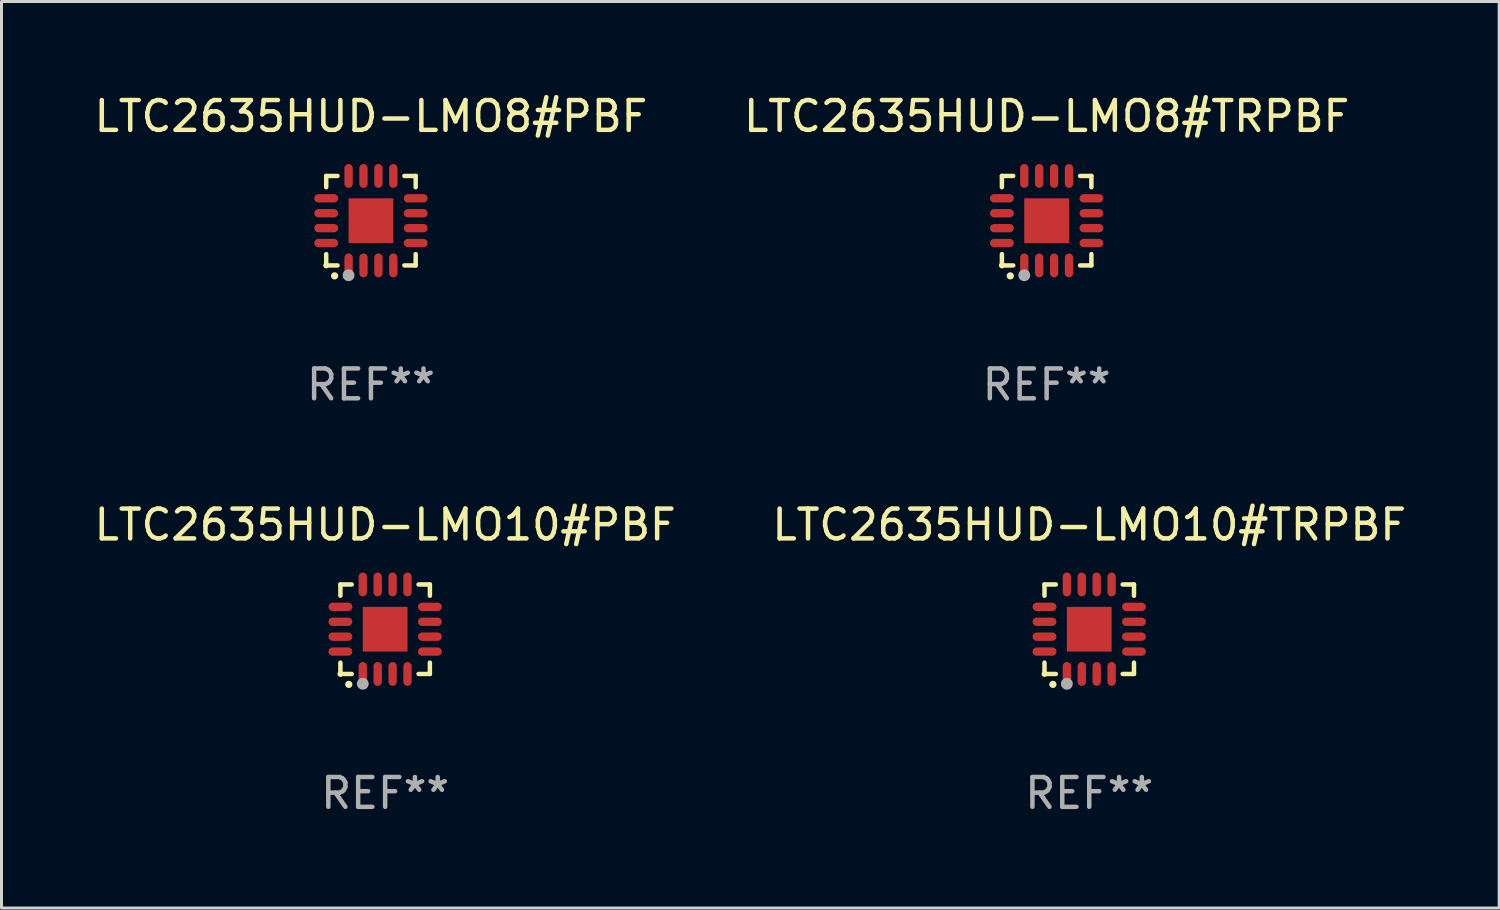
<source format=kicad_pcb>
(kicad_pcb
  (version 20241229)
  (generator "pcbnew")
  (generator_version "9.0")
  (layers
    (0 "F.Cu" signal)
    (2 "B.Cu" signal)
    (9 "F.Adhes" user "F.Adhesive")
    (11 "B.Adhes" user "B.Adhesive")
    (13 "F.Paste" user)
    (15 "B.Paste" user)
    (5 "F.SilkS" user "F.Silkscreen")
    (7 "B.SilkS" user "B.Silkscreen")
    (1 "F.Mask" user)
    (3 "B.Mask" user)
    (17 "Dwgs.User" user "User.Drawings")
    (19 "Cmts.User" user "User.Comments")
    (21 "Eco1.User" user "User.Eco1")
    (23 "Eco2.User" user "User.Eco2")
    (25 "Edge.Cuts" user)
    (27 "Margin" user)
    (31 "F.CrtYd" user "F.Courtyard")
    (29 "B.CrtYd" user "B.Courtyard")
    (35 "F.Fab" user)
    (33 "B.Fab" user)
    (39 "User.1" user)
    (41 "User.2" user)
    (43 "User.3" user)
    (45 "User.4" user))
  (footprint "LTC2635HUD-LMO10#PBF"
    (layer "F.Cu")
    (at 9.863 18.046)
    (property "Reference" "LTC2635HUD-LMO10#PBF" (at 0 -3.5 0) (layer "F.SilkS") (effects (font (size 1 1) (thickness 0.15))))
    (attr through_hole)
    (fp_line (start -1.5 -1.5) (end -1.121 -1.5) (stroke (width 0.15) (type solid)) (layer "F.SilkS"))
    (fp_line (start -1.5 -1.122) (end -1.5 -1.5) (stroke (width 0.15) (type solid)) (layer "F.SilkS"))
    (fp_line (start -1.5 1.5) (end -1.5 1.121) (stroke (width 0.15) (type solid)) (layer "F.SilkS"))
    (fp_line (start -1.121 1.5) (end -1.5 1.5) (stroke (width 0.15) (type solid)) (layer "F.SilkS"))
    (fp_line (start 1.121 -1.5) (end 1.5 -1.5) (stroke (width 0.15) (type solid)) (layer "F.SilkS"))
    (fp_line (start 1.5 -1.5) (end 1.5 -1.122) (stroke (width 0.15) (type solid)) (layer "F.SilkS"))
    (fp_line (start 1.5 1.121) (end 1.5 1.5) (stroke (width 0.15) (type solid)) (layer "F.SilkS"))
    (fp_line (start 1.5 1.5) (end 1.121 1.5) (stroke (width 0.15) (type solid)) (layer "F.SilkS"))
    (fp_arc (start -1.219926 1.850254) (mid -1.21891 1.85025) (end -1.217894 1.850254) (stroke (width 0.240005) (type solid)) (layer "F.SilkS"))
    (fp_circle (center -1.5 1.5) (end -1.45 1.5) (stroke (width 0.1) (type solid)) (fill no) (layer "F.SilkS"))
    (fp_circle (center -0.75 1.83) (end -0.65 1.83) (stroke (width 0.2) (type solid)) (fill no) (layer "F.Fab"))
    (fp_text user "REF**" (at 0 5.5 0) (layer "F.Fab") (effects (font (size 1 1) (thickness 0.15))))
    (pad "1" smd oval (at -0.75 1.5) (size 0.28 0.8) (layers "F.Cu" "F.Mask" "F.Paste"))
    (pad "2" smd oval (at -0.25 1.5) (size 0.28 0.8) (layers "F.Cu" "F.Mask" "F.Paste"))
    (pad "3" smd oval (at 0.25 1.5) (size 0.28 0.8) (layers "F.Cu" "F.Mask" "F.Paste"))
    (pad "4" smd oval (at 0.75 1.5) (size 0.28 0.8) (layers "F.Cu" "F.Mask" "F.Paste"))
    (pad "5" smd oval (at 1.5 0.75) (size 0.8 0.28) (layers "F.Cu" "F.Mask" "F.Paste"))
    (pad "6" smd oval (at 1.5 0.25) (size 0.8 0.28) (layers "F.Cu" "F.Mask" "F.Paste"))
    (pad "7" smd oval (at 1.5 -0.25) (size 0.8 0.28) (layers "F.Cu" "F.Mask" "F.Paste"))
    (pad "8" smd oval (at 1.5 -0.75) (size 0.8 0.28) (layers "F.Cu" "F.Mask" "F.Paste"))
    (pad "9" smd oval (at 0.75 -1.5) (size 0.28 0.8) (layers "F.Cu" "F.Mask" "F.Paste"))
    (pad "10" smd oval (at 0.25 -1.5) (size 0.28 0.8) (layers "F.Cu" "F.Mask" "F.Paste"))
    (pad "11" smd oval (at -0.25 -1.5) (size 0.28 0.8) (layers "F.Cu" "F.Mask" "F.Paste"))
    (pad "12" smd oval (at -0.75 -1.5) (size 0.28 0.8) (layers "F.Cu" "F.Mask" "F.Paste"))
    (pad "13" smd oval (at -1.5 -0.75) (size 0.8 0.28) (layers "F.Cu" "F.Mask" "F.Paste"))
    (pad "14" smd oval (at -1.5 -0.25) (size 0.8 0.28) (layers "F.Cu" "F.Mask" "F.Paste"))
    (pad "15" smd oval (at -1.5 0.25) (size 0.8 0.28) (layers "F.Cu" "F.Mask" "F.Paste"))
    (pad "16" smd oval (at -1.5 0.75) (size 0.8 0.28) (layers "F.Cu" "F.Mask" "F.Paste"))
    (pad "17" smd rect (at -0.000064 0.000165) (size 1.5 1.5) (layers "F.Cu" "F.Mask" "F.Paste")))
  (footprint "LTC2635HUD-LMO8#TRPBF"
    (layer "F.Cu")
    (at 32.042 4.349)
    (property "Reference" "LTC2635HUD-LMO8#TRPBF" (at 0 -3.5 0) (layer "F.SilkS") (effects (font (size 1 1) (thickness 0.15))))
    (attr through_hole)
    (fp_line (start -1.5 -1.5) (end -1.121 -1.5) (stroke (width 0.15) (type solid)) (layer "F.SilkS"))
    (fp_line (start -1.5 -1.122) (end -1.5 -1.5) (stroke (width 0.15) (type solid)) (layer "F.SilkS"))
    (fp_line (start -1.5 1.5) (end -1.5 1.121) (stroke (width 0.15) (type solid)) (layer "F.SilkS"))
    (fp_line (start -1.121 1.5) (end -1.5 1.5) (stroke (width 0.15) (type solid)) (layer "F.SilkS"))
    (fp_line (start 1.121 -1.5) (end 1.5 -1.5) (stroke (width 0.15) (type solid)) (layer "F.SilkS"))
    (fp_line (start 1.5 -1.5) (end 1.5 -1.122) (stroke (width 0.15) (type solid)) (layer "F.SilkS"))
    (fp_line (start 1.5 1.121) (end 1.5 1.5) (stroke (width 0.15) (type solid)) (layer "F.SilkS"))
    (fp_line (start 1.5 1.5) (end 1.121 1.5) (stroke (width 0.15) (type solid)) (layer "F.SilkS"))
    (fp_arc (start -1.219926 1.850254) (mid -1.21891 1.85025) (end -1.217894 1.850254) (stroke (width 0.240005) (type solid)) (layer "F.SilkS"))
    (fp_circle (center -1.5 1.5) (end -1.45 1.5) (stroke (width 0.1) (type solid)) (fill no) (layer "F.SilkS"))
    (fp_circle (center -0.75 1.83) (end -0.65 1.83) (stroke (width 0.2) (type solid)) (fill no) (layer "F.Fab"))
    (fp_text user "REF**" (at 0 5.5 0) (layer "F.Fab") (effects (font (size 1 1) (thickness 0.15))))
    (pad "1" smd oval (at -0.75 1.5) (size 0.28 0.8) (layers "F.Cu" "F.Mask" "F.Paste"))
    (pad "2" smd oval (at -0.25 1.5) (size 0.28 0.8) (layers "F.Cu" "F.Mask" "F.Paste"))
    (pad "3" smd oval (at 0.25 1.5) (size 0.28 0.8) (layers "F.Cu" "F.Mask" "F.Paste"))
    (pad "4" smd oval (at 0.75 1.5) (size 0.28 0.8) (layers "F.Cu" "F.Mask" "F.Paste"))
    (pad "5" smd oval (at 1.5 0.75) (size 0.8 0.28) (layers "F.Cu" "F.Mask" "F.Paste"))
    (pad "6" smd oval (at 1.5 0.25) (size 0.8 0.28) (layers "F.Cu" "F.Mask" "F.Paste"))
    (pad "7" smd oval (at 1.5 -0.25) (size 0.8 0.28) (layers "F.Cu" "F.Mask" "F.Paste"))
    (pad "8" smd oval (at 1.5 -0.75) (size 0.8 0.28) (layers "F.Cu" "F.Mask" "F.Paste"))
    (pad "9" smd oval (at 0.75 -1.5) (size 0.28 0.8) (layers "F.Cu" "F.Mask" "F.Paste"))
    (pad "10" smd oval (at 0.25 -1.5) (size 0.28 0.8) (layers "F.Cu" "F.Mask" "F.Paste"))
    (pad "11" smd oval (at -0.25 -1.5) (size 0.28 0.8) (layers "F.Cu" "F.Mask" "F.Paste"))
    (pad "12" smd oval (at -0.75 -1.5) (size 0.28 0.8) (layers "F.Cu" "F.Mask" "F.Paste"))
    (pad "13" smd oval (at -1.5 -0.75) (size 0.8 0.28) (layers "F.Cu" "F.Mask" "F.Paste"))
    (pad "14" smd oval (at -1.5 -0.25) (size 0.8 0.28) (layers "F.Cu" "F.Mask" "F.Paste"))
    (pad "15" smd oval (at -1.5 0.25) (size 0.8 0.28) (layers "F.Cu" "F.Mask" "F.Paste"))
    (pad "16" smd oval (at -1.5 0.75) (size 0.8 0.28) (layers "F.Cu" "F.Mask" "F.Paste"))
    (pad "17" smd rect (at -0.000064 0.000165) (size 1.5 1.5) (layers "F.Cu" "F.Mask" "F.Paste")))
  (footprint "LTC2635HUD-LMO10#TRPBF"
    (layer "F.Cu")
    (at 33.47 18.046)
    (property "Reference" "LTC2635HUD-LMO10#TRPBF" (at 0 -3.5 0) (layer "F.SilkS") (effects (font (size 1 1) (thickness 0.15))))
    (attr through_hole)
    (fp_line (start -1.5 -1.5) (end -1.121 -1.5) (stroke (width 0.15) (type solid)) (layer "F.SilkS"))
    (fp_line (start -1.5 -1.122) (end -1.5 -1.5) (stroke (width 0.15) (type solid)) (layer "F.SilkS"))
    (fp_line (start -1.5 1.5) (end -1.5 1.121) (stroke (width 0.15) (type solid)) (layer "F.SilkS"))
    (fp_line (start -1.121 1.5) (end -1.5 1.5) (stroke (width 0.15) (type solid)) (layer "F.SilkS"))
    (fp_line (start 1.121 -1.5) (end 1.5 -1.5) (stroke (width 0.15) (type solid)) (layer "F.SilkS"))
    (fp_line (start 1.5 -1.5) (end 1.5 -1.122) (stroke (width 0.15) (type solid)) (layer "F.SilkS"))
    (fp_line (start 1.5 1.121) (end 1.5 1.5) (stroke (width 0.15) (type solid)) (layer "F.SilkS"))
    (fp_line (start 1.5 1.5) (end 1.121 1.5) (stroke (width 0.15) (type solid)) (layer "F.SilkS"))
    (fp_arc (start -1.219926 1.850254) (mid -1.21891 1.85025) (end -1.217894 1.850254) (stroke (width 0.240005) (type solid)) (layer "F.SilkS"))
    (fp_circle (center -1.5 1.5) (end -1.45 1.5) (stroke (width 0.1) (type solid)) (fill no) (layer "F.SilkS"))
    (fp_circle (center -0.75 1.83) (end -0.65 1.83) (stroke (width 0.2) (type solid)) (fill no) (layer "F.Fab"))
    (fp_text user "REF**" (at 0 5.5 0) (layer "F.Fab") (effects (font (size 1 1) (thickness 0.15))))
    (pad "1" smd oval (at -0.75 1.5) (size 0.28 0.8) (layers "F.Cu" "F.Mask" "F.Paste"))
    (pad "2" smd oval (at -0.25 1.5) (size 0.28 0.8) (layers "F.Cu" "F.Mask" "F.Paste"))
    (pad "3" smd oval (at 0.25 1.5) (size 0.28 0.8) (layers "F.Cu" "F.Mask" "F.Paste"))
    (pad "4" smd oval (at 0.75 1.5) (size 0.28 0.8) (layers "F.Cu" "F.Mask" "F.Paste"))
    (pad "5" smd oval (at 1.5 0.75) (size 0.8 0.28) (layers "F.Cu" "F.Mask" "F.Paste"))
    (pad "6" smd oval (at 1.5 0.25) (size 0.8 0.28) (layers "F.Cu" "F.Mask" "F.Paste"))
    (pad "7" smd oval (at 1.5 -0.25) (size 0.8 0.28) (layers "F.Cu" "F.Mask" "F.Paste"))
    (pad "8" smd oval (at 1.5 -0.75) (size 0.8 0.28) (layers "F.Cu" "F.Mask" "F.Paste"))
    (pad "9" smd oval (at 0.75 -1.5) (size 0.28 0.8) (layers "F.Cu" "F.Mask" "F.Paste"))
    (pad "10" smd oval (at 0.25 -1.5) (size 0.28 0.8) (layers "F.Cu" "F.Mask" "F.Paste"))
    (pad "11" smd oval (at -0.25 -1.5) (size 0.28 0.8) (layers "F.Cu" "F.Mask" "F.Paste"))
    (pad "12" smd oval (at -0.75 -1.5) (size 0.28 0.8) (layers "F.Cu" "F.Mask" "F.Paste"))
    (pad "13" smd oval (at -1.5 -0.75) (size 0.8 0.28) (layers "F.Cu" "F.Mask" "F.Paste"))
    (pad "14" smd oval (at -1.5 -0.25) (size 0.8 0.28) (layers "F.Cu" "F.Mask" "F.Paste"))
    (pad "15" smd oval (at -1.5 0.25) (size 0.8 0.28) (layers "F.Cu" "F.Mask" "F.Paste"))
    (pad "16" smd oval (at -1.5 0.75) (size 0.8 0.28) (layers "F.Cu" "F.Mask" "F.Paste"))
    (pad "17" smd rect (at -0.000064 0.000165) (size 1.5 1.5) (layers "F.Cu" "F.Mask" "F.Paste")))
  (footprint "LTC2635HUD-LMO8#PBF"
    (layer "F.Cu")
    (at 9.387 4.349)
    (property "Reference" "LTC2635HUD-LMO8#PBF" (at 0 -3.5 0) (layer "F.SilkS") (effects (font (size 1 1) (thickness 0.15))))
    (attr through_hole)
    (fp_line (start -1.5 -1.5) (end -1.121 -1.5) (stroke (width 0.15) (type solid)) (layer "F.SilkS"))
    (fp_line (start -1.5 -1.122) (end -1.5 -1.5) (stroke (width 0.15) (type solid)) (layer "F.SilkS"))
    (fp_line (start -1.5 1.5) (end -1.5 1.121) (stroke (width 0.15) (type solid)) (layer "F.SilkS"))
    (fp_line (start -1.121 1.5) (end -1.5 1.5) (stroke (width 0.15) (type solid)) (layer "F.SilkS"))
    (fp_line (start 1.121 -1.5) (end 1.5 -1.5) (stroke (width 0.15) (type solid)) (layer "F.SilkS"))
    (fp_line (start 1.5 -1.5) (end 1.5 -1.122) (stroke (width 0.15) (type solid)) (layer "F.SilkS"))
    (fp_line (start 1.5 1.121) (end 1.5 1.5) (stroke (width 0.15) (type solid)) (layer "F.SilkS"))
    (fp_line (start 1.5 1.5) (end 1.121 1.5) (stroke (width 0.15) (type solid)) (layer "F.SilkS"))
    (fp_arc (start -1.219926 1.850254) (mid -1.21891 1.85025) (end -1.217894 1.850254) (stroke (width 0.240005) (type solid)) (layer "F.SilkS"))
    (fp_circle (center -1.5 1.5) (end -1.45 1.5) (stroke (width 0.1) (type solid)) (fill no) (layer "F.SilkS"))
    (fp_circle (center -0.75 1.83) (end -0.65 1.83) (stroke (width 0.2) (type solid)) (fill no) (layer "F.Fab"))
    (fp_text user "REF**" (at 0 5.5 0) (layer "F.Fab") (effects (font (size 1 1) (thickness 0.15))))
    (pad "1" smd oval (at -0.75 1.5) (size 0.28 0.8) (layers "F.Cu" "F.Mask" "F.Paste"))
    (pad "2" smd oval (at -0.25 1.5) (size 0.28 0.8) (layers "F.Cu" "F.Mask" "F.Paste"))
    (pad "3" smd oval (at 0.25 1.5) (size 0.28 0.8) (layers "F.Cu" "F.Mask" "F.Paste"))
    (pad "4" smd oval (at 0.75 1.5) (size 0.28 0.8) (layers "F.Cu" "F.Mask" "F.Paste"))
    (pad "5" smd oval (at 1.5 0.75) (size 0.8 0.28) (layers "F.Cu" "F.Mask" "F.Paste"))
    (pad "6" smd oval (at 1.5 0.25) (size 0.8 0.28) (layers "F.Cu" "F.Mask" "F.Paste"))
    (pad "7" smd oval (at 1.5 -0.25) (size 0.8 0.28) (layers "F.Cu" "F.Mask" "F.Paste"))
    (pad "8" smd oval (at 1.5 -0.75) (size 0.8 0.28) (layers "F.Cu" "F.Mask" "F.Paste"))
    (pad "9" smd oval (at 0.75 -1.5) (size 0.28 0.8) (layers "F.Cu" "F.Mask" "F.Paste"))
    (pad "10" smd oval (at 0.25 -1.5) (size 0.28 0.8) (layers "F.Cu" "F.Mask" "F.Paste"))
    (pad "11" smd oval (at -0.25 -1.5) (size 0.28 0.8) (layers "F.Cu" "F.Mask" "F.Paste"))
    (pad "12" smd oval (at -0.75 -1.5) (size 0.28 0.8) (layers "F.Cu" "F.Mask" "F.Paste"))
    (pad "13" smd oval (at -1.5 -0.75) (size 0.8 0.28) (layers "F.Cu" "F.Mask" "F.Paste"))
    (pad "14" smd oval (at -1.5 -0.25) (size 0.8 0.28) (layers "F.Cu" "F.Mask" "F.Paste"))
    (pad "15" smd oval (at -1.5 0.25) (size 0.8 0.28) (layers "F.Cu" "F.Mask" "F.Paste"))
    (pad "16" smd oval (at -1.5 0.75) (size 0.8 0.28) (layers "F.Cu" "F.Mask" "F.Paste"))
    (pad "17" smd rect (at -0.000064 0.000165) (size 1.5 1.5) (layers "F.Cu" "F.Mask" "F.Paste")))
  (gr_rect
    (start -3 -3)
    (end 47.214 27.394)
    (stroke (width 0.1) (type default))
    (fill no)
    (layer "Edge.Cuts")))
</source>
